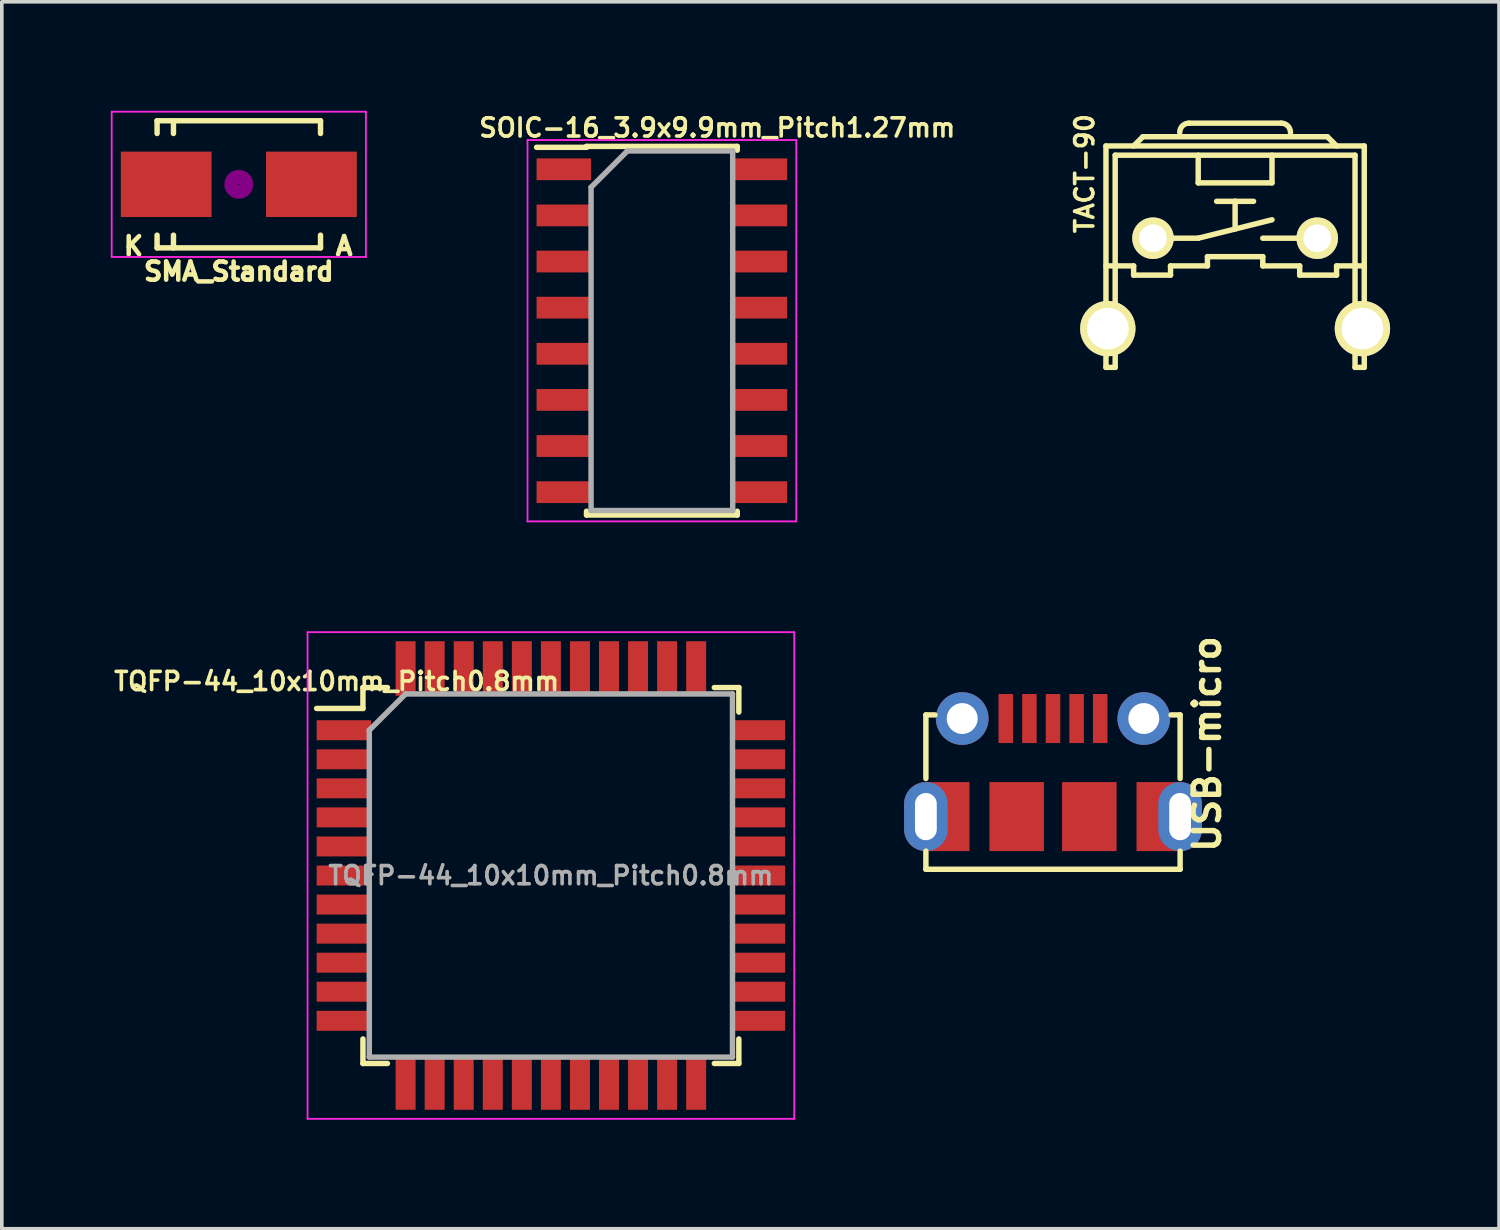
<source format=kicad_pcb>
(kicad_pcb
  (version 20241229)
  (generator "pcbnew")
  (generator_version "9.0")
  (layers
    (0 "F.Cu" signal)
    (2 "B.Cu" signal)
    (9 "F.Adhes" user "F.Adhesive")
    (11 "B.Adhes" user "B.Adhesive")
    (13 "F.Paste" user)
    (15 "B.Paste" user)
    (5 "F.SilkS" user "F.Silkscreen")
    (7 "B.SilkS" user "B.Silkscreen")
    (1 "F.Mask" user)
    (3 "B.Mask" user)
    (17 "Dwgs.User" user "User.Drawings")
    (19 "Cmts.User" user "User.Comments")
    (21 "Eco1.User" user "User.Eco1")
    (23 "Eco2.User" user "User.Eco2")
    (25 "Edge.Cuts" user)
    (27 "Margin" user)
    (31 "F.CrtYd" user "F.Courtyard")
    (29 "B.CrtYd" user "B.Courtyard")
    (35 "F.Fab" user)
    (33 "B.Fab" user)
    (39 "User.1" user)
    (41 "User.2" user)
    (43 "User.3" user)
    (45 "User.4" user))
  (footprint "TQFP-44_10x10mm_Pitch0.8mm"
    (layer "F.Cu")
    (at 12.118 21.056)
    (property "Reference" "TQFP-44_10x10mm_Pitch0.8mm" (at -5.899 -5.346 0) (layer "F.SilkS") (effects (font (size 0.5 0.5) (thickness 0.1))))
    (attr smd)
    (fp_line (start -5.175 -5.175) (end -5.175 -4.6) (stroke (width 0.15) (type solid)) (layer "F.SilkS"))
    (fp_line (start -5.175 -5.175) (end -4.5 -5.175) (stroke (width 0.15) (type solid)) (layer "F.SilkS"))
    (fp_line (start -5.175 -4.6) (end -6.45 -4.6) (stroke (width 0.15) (type solid)) (layer "F.SilkS"))
    (fp_line (start -5.175 5.175) (end -5.175 4.5) (stroke (width 0.15) (type solid)) (layer "F.SilkS"))
    (fp_line (start -5.175 5.175) (end -4.5 5.175) (stroke (width 0.15) (type solid)) (layer "F.SilkS"))
    (fp_line (start 5.175 -5.175) (end 4.5 -5.175) (stroke (width 0.15) (type solid)) (layer "F.SilkS"))
    (fp_line (start 5.175 -5.175) (end 5.175 -4.5) (stroke (width 0.15) (type solid)) (layer "F.SilkS"))
    (fp_line (start 5.175 5.175) (end 4.5 5.175) (stroke (width 0.15) (type solid)) (layer "F.SilkS"))
    (fp_line (start 5.175 5.175) (end 5.175 4.5) (stroke (width 0.15) (type solid)) (layer "F.SilkS"))
    (fp_line (start -6.7 -6.7) (end -6.7 6.7) (stroke (width 0.05) (type solid)) (layer "F.CrtYd"))
    (fp_line (start -6.7 -6.7) (end 6.7 -6.7) (stroke (width 0.05) (type solid)) (layer "F.CrtYd"))
    (fp_line (start -6.7 6.7) (end 6.7 6.7) (stroke (width 0.05) (type solid)) (layer "F.CrtYd"))
    (fp_line (start 6.7 -6.7) (end 6.7 6.7) (stroke (width 0.05) (type solid)) (layer "F.CrtYd"))
    (fp_line (start -5 -4) (end -4 -5) (stroke (width 0.15) (type solid)) (layer "F.Fab"))
    (fp_line (start -5 5) (end -5 -4) (stroke (width 0.15) (type solid)) (layer "F.Fab"))
    (fp_line (start -4 -5) (end 5 -5) (stroke (width 0.15) (type solid)) (layer "F.Fab"))
    (fp_line (start 5 -5) (end 5 5) (stroke (width 0.15) (type solid)) (layer "F.Fab"))
    (fp_line (start 5 5) (end -5 5) (stroke (width 0.15) (type solid)) (layer "F.Fab"))
    (fp_text user "${REFERENCE}" (at 0 0 0) (layer "F.Fab") (effects (font (size 0.5 0.5) (thickness 0.1))))
    (pad "1" smd rect (at -5.7 -4) (size 1.5 0.55) (layers "F.Cu" "F.Mask" "F.Paste"))
    (pad "2" smd rect (at -5.7 -3.2) (size 1.5 0.55) (layers "F.Cu" "F.Mask" "F.Paste"))
    (pad "3" smd rect (at -5.7 -2.4) (size 1.5 0.55) (layers "F.Cu" "F.Mask" "F.Paste"))
    (pad "4" smd rect (at -5.7 -1.6) (size 1.5 0.55) (layers "F.Cu" "F.Mask" "F.Paste"))
    (pad "5" smd rect (at -5.7 -0.8) (size 1.5 0.55) (layers "F.Cu" "F.Mask" "F.Paste"))
    (pad "6" smd rect (at -5.7 0) (size 1.5 0.55) (layers "F.Cu" "F.Mask" "F.Paste"))
    (pad "7" smd rect (at -5.7 0.8) (size 1.5 0.55) (layers "F.Cu" "F.Mask" "F.Paste"))
    (pad "8" smd rect (at -5.7 1.6) (size 1.5 0.55) (layers "F.Cu" "F.Mask" "F.Paste"))
    (pad "9" smd rect (at -5.7 2.4) (size 1.5 0.55) (layers "F.Cu" "F.Mask" "F.Paste"))
    (pad "10" smd rect (at -5.7 3.2) (size 1.5 0.55) (layers "F.Cu" "F.Mask" "F.Paste"))
    (pad "11" smd rect (at -5.7 4) (size 1.5 0.55) (layers "F.Cu" "F.Mask" "F.Paste"))
    (pad "12" smd rect (at -4 5.7 90) (size 1.5 0.55) (layers "F.Cu" "F.Mask" "F.Paste"))
    (pad "13" smd rect (at -3.2 5.7 90) (size 1.5 0.55) (layers "F.Cu" "F.Mask" "F.Paste"))
    (pad "14" smd rect (at -2.4 5.7 90) (size 1.5 0.55) (layers "F.Cu" "F.Mask" "F.Paste"))
    (pad "15" smd rect (at -1.6 5.7 90) (size 1.5 0.55) (layers "F.Cu" "F.Mask" "F.Paste"))
    (pad "16" smd rect (at -0.8 5.7 90) (size 1.5 0.55) (layers "F.Cu" "F.Mask" "F.Paste"))
    (pad "17" smd rect (at 0 5.7 90) (size 1.5 0.55) (layers "F.Cu" "F.Mask" "F.Paste"))
    (pad "18" smd rect (at 0.8 5.7 90) (size 1.5 0.55) (layers "F.Cu" "F.Mask" "F.Paste"))
    (pad "19" smd rect (at 1.6 5.7 90) (size 1.5 0.55) (layers "F.Cu" "F.Mask" "F.Paste"))
    (pad "20" smd rect (at 2.4 5.7 90) (size 1.5 0.55) (layers "F.Cu" "F.Mask" "F.Paste"))
    (pad "21" smd rect (at 3.2 5.7 90) (size 1.5 0.55) (layers "F.Cu" "F.Mask" "F.Paste"))
    (pad "22" smd rect (at 4 5.7 90) (size 1.5 0.55) (layers "F.Cu" "F.Mask" "F.Paste"))
    (pad "23" smd rect (at 5.7 4) (size 1.5 0.55) (layers "F.Cu" "F.Mask" "F.Paste"))
    (pad "24" smd rect (at 5.7 3.2) (size 1.5 0.55) (layers "F.Cu" "F.Mask" "F.Paste"))
    (pad "25" smd rect (at 5.7 2.4) (size 1.5 0.55) (layers "F.Cu" "F.Mask" "F.Paste"))
    (pad "26" smd rect (at 5.7 1.6) (size 1.5 0.55) (layers "F.Cu" "F.Mask" "F.Paste"))
    (pad "27" smd rect (at 5.7 0.8) (size 1.5 0.55) (layers "F.Cu" "F.Mask" "F.Paste"))
    (pad "28" smd rect (at 5.7 0) (size 1.5 0.55) (layers "F.Cu" "F.Mask" "F.Paste"))
    (pad "29" smd rect (at 5.7 -0.8) (size 1.5 0.55) (layers "F.Cu" "F.Mask" "F.Paste"))
    (pad "30" smd rect (at 5.7 -1.6) (size 1.5 0.55) (layers "F.Cu" "F.Mask" "F.Paste"))
    (pad "31" smd rect (at 5.7 -2.4) (size 1.5 0.55) (layers "F.Cu" "F.Mask" "F.Paste"))
    (pad "32" smd rect (at 5.7 -3.2) (size 1.5 0.55) (layers "F.Cu" "F.Mask" "F.Paste"))
    (pad "33" smd rect (at 5.7 -4) (size 1.5 0.55) (layers "F.Cu" "F.Mask" "F.Paste"))
    (pad "34" smd rect (at 4 -5.7 90) (size 1.5 0.55) (layers "F.Cu" "F.Mask" "F.Paste"))
    (pad "35" smd rect (at 3.2 -5.7 90) (size 1.5 0.55) (layers "F.Cu" "F.Mask" "F.Paste"))
    (pad "36" smd rect (at 2.4 -5.7 90) (size 1.5 0.55) (layers "F.Cu" "F.Mask" "F.Paste"))
    (pad "37" smd rect (at 1.6 -5.7 90) (size 1.5 0.55) (layers "F.Cu" "F.Mask" "F.Paste"))
    (pad "38" smd rect (at 0.8 -5.7 90) (size 1.5 0.55) (layers "F.Cu" "F.Mask" "F.Paste"))
    (pad "39" smd rect (at 0 -5.7 90) (size 1.5 0.55) (layers "F.Cu" "F.Mask" "F.Paste"))
    (pad "40" smd rect (at -0.8 -5.7 90) (size 1.5 0.55) (layers "F.Cu" "F.Mask" "F.Paste"))
    (pad "41" smd rect (at -1.6 -5.7 90) (size 1.5 0.55) (layers "F.Cu" "F.Mask" "F.Paste"))
    (pad "42" smd rect (at -2.4 -5.7 90) (size 1.5 0.55) (layers "F.Cu" "F.Mask" "F.Paste"))
    (pad "43" smd rect (at -3.2 -5.7 90) (size 1.5 0.55) (layers "F.Cu" "F.Mask" "F.Paste"))
    (pad "44" smd rect (at -4 -5.7 90) (size 1.5 0.55) (layers "F.Cu" "F.Mask" "F.Paste")))
  (footprint "USB-micro"
    (layer "F.Cu")
    (at 25.943 20.884)
    (property "Reference" "USB-micro" (at 4.243 -3.448 270) (layer "F.SilkS") (effects (font (size 0.7 0.7) (thickness 0.15))))
    (attr through_hole)
    (fp_line (start -3.5 -4.25) (end -3.25 -4.25) (stroke (width 0.15) (type solid)) (layer "F.SilkS"))
    (fp_line (start -3.5 -2.5) (end -3.5 -4.25) (stroke (width 0.15) (type solid)) (layer "F.SilkS"))
    (fp_line (start -3.5 -0.5) (end -3.5 0) (stroke (width 0.15) (type solid)) (layer "F.SilkS"))
    (fp_line (start -3.5 0) (end 3.5 0) (stroke (width 0.15) (type solid)) (layer "F.SilkS"))
    (fp_line (start 3.5 -4.25) (end 3.25 -4.25) (stroke (width 0.15) (type solid)) (layer "F.SilkS"))
    (fp_line (start 3.5 -2.5) (end 3.5 -4.25) (stroke (width 0.15) (type solid)) (layer "F.SilkS"))
    (fp_line (start 3.5 0) (end 3.5 -0.5) (stroke (width 0.15) (type solid)) (layer "F.SilkS"))
    (pad "1" smd rect (at -1.3 -4.15) (size 0.4 1.35) (layers "F.Cu" "F.Mask" "F.Paste"))
    (pad "2" smd rect (at -0.65 -4.15) (size 0.4 1.35) (layers "F.Cu" "F.Mask" "F.Paste"))
    (pad "3" smd rect (at 0 -4.15) (size 0.4 1.35) (layers "F.Cu" "F.Mask" "F.Paste"))
    (pad "4" smd rect (at 0.65 -4.15) (size 0.4 1.35) (layers "F.Cu" "F.Mask" "F.Paste"))
    (pad "5" smd rect (at 1.3 -4.15) (size 0.4 1.35) (layers "F.Cu" "F.Mask" "F.Paste"))
    (pad "6" thru_hole oval (at -3.5 -1.45) (size 1.2 1.9) (drill oval 0.6 1.3) (layers "*.Cu" "*.Mask"))
    (pad "6" smd rect (at -2.9 -1.45) (size 1.2 1.9) (layers "F.Cu" "F.Mask"))
    (pad "6" thru_hole circle (at -2.5 -4.15) (size 1.45 1.45) (drill 0.85) (layers "*.Cu" "*.Mask"))
    (pad "6" smd rect (at -1 -1.45) (size 1.5 1.9) (layers "F.Cu" "F.Mask" "F.Paste"))
    (pad "6" smd rect (at 1 -1.45) (size 1.5 1.9) (layers "F.Cu" "F.Mask" "F.Paste"))
    (pad "6" thru_hole circle (at 2.5 -4.15) (size 1.45 1.45) (drill 0.85) (layers "*.Cu" "*.Mask"))
    (pad "6" smd rect (at 2.9 -1.45) (size 1.2 1.9) (layers "F.Cu" "F.Mask"))
    (pad "6" thru_hole oval (at 3.5 -1.45) (size 1.2 1.9) (drill oval 0.6 1.3) (layers "*.Cu" "*.Mask")))
  (footprint "TACT-90"
    (layer "F.Cu")
    (at 30.957 3.509)
    (property "Reference" "TACT-90" (at -4.144 -1.778 90) (layer "F.SilkS") (effects (font (size 0.5 0.5) (thickness 0.1))))
    (attr through_hole)
    (fp_line (start -3.556 -2.54) (end 3.556 -2.54) (stroke (width 0.15) (type solid)) (layer "F.SilkS"))
    (fp_line (start -3.556 0.762) (end -2.794 0.762) (stroke (width 0.15) (type solid)) (layer "F.SilkS"))
    (fp_line (start -3.556 3.556) (end -3.556 -2.54) (stroke (width 0.15) (type solid)) (layer "F.SilkS"))
    (fp_line (start -3.556 3.556) (end -3.302 3.556) (stroke (width 0.15) (type solid)) (layer "F.SilkS"))
    (fp_line (start -3.302 -2.286) (end 3.302 -2.286) (stroke (width 0.15) (type solid)) (layer "F.SilkS"))
    (fp_line (start -3.302 3.556) (end -3.302 -2.286) (stroke (width 0.15) (type solid)) (layer "F.SilkS"))
    (fp_line (start -2.794 -2.54) (end -2.54 -2.794) (stroke (width 0.15) (type solid)) (layer "F.SilkS"))
    (fp_line (start -2.794 0.762) (end -2.794 1.016) (stroke (width 0.15) (type solid)) (layer "F.SilkS"))
    (fp_line (start -2.794 1.016) (end -1.778 1.016) (stroke (width 0.15) (type solid)) (layer "F.SilkS"))
    (fp_line (start -2.54 -2.794) (end 2.54 -2.794) (stroke (width 0.15) (type solid)) (layer "F.SilkS"))
    (fp_line (start -1.778 0) (end -1.016 0) (stroke (width 0.15) (type solid)) (layer "F.SilkS"))
    (fp_line (start -1.778 0.762) (end -0.762 0.762) (stroke (width 0.15) (type solid)) (layer "F.SilkS"))
    (fp_line (start -1.778 1.016) (end -1.778 0.762) (stroke (width 0.15) (type solid)) (layer "F.SilkS"))
    (fp_line (start -1.27 -3.168) (end 1.27 -3.168) (stroke (width 0.15) (type solid)) (layer "F.SilkS"))
    (fp_line (start -1.016 -2.286) (end -1.016 -1.524) (stroke (width 0.15) (type solid)) (layer "F.SilkS"))
    (fp_line (start -1.016 -1.524) (end 1.016 -1.524) (stroke (width 0.15) (type solid)) (layer "F.SilkS"))
    (fp_line (start -1.016 0) (end 1.016 -0.508) (stroke (width 0.15) (type solid)) (layer "F.SilkS"))
    (fp_line (start -0.762 0.508) (end 0.762 0.508) (stroke (width 0.15) (type solid)) (layer "F.SilkS"))
    (fp_line (start -0.762 0.762) (end -0.762 0.508) (stroke (width 0.15) (type solid)) (layer "F.SilkS"))
    (fp_line (start 0 -1.016) (end -0.508 -1.016) (stroke (width 0.15) (type solid)) (layer "F.SilkS"))
    (fp_line (start 0 -1.016) (end 0.508 -1.016) (stroke (width 0.15) (type solid)) (layer "F.SilkS"))
    (fp_line (start 0 -0.254) (end 0 -1.016) (stroke (width 0.15) (type solid)) (layer "F.SilkS"))
    (fp_line (start 0.762 0) (end 1.778 0) (stroke (width 0.15) (type solid)) (layer "F.SilkS"))
    (fp_line (start 0.762 0.508) (end 0.762 0.762) (stroke (width 0.15) (type solid)) (layer "F.SilkS"))
    (fp_line (start 0.762 0.762) (end 1.778 0.762) (stroke (width 0.15) (type solid)) (layer "F.SilkS"))
    (fp_line (start 1.016 -1.524) (end 1.016 -2.286) (stroke (width 0.15) (type solid)) (layer "F.SilkS"))
    (fp_line (start 1.778 0.762) (end 1.778 1.016) (stroke (width 0.15) (type solid)) (layer "F.SilkS"))
    (fp_line (start 1.778 1.016) (end 2.794 1.016) (stroke (width 0.15) (type solid)) (layer "F.SilkS"))
    (fp_line (start 2.54 -2.794) (end 2.794 -2.54) (stroke (width 0.15) (type solid)) (layer "F.SilkS"))
    (fp_line (start 2.794 0.762) (end 3.556 0.762) (stroke (width 0.15) (type solid)) (layer "F.SilkS"))
    (fp_line (start 2.794 1.016) (end 2.794 0.762) (stroke (width 0.15) (type solid)) (layer "F.SilkS"))
    (fp_line (start 3.302 -2.286) (end 3.302 3.556) (stroke (width 0.15) (type solid)) (layer "F.SilkS"))
    (fp_line (start 3.302 3.556) (end 3.556 3.556) (stroke (width 0.15) (type solid)) (layer "F.SilkS"))
    (fp_line (start 3.556 -2.54) (end 3.556 3.556) (stroke (width 0.15) (type solid)) (layer "F.SilkS"))
    (fp_arc (start -1.524 -2.914) (mid -1.449605 -3.093605) (end -1.27 -3.168) (stroke (width 0.15) (type solid)) (layer "F.SilkS"))
    (fp_arc (start 1.27 -3.168) (mid 1.449605 -3.093605) (end 1.524 -2.914) (stroke (width 0.15) (type solid)) (layer "F.SilkS"))
    (pad "1" thru_hole circle (at -2.261 0) (size 1.143 1.143) (drill 0.762) (layers "*.Cu" "*.Mask" "F.SilkS"))
    (pad "2" thru_hole circle (at 2.261 0) (size 1.143 1.143) (drill 0.762) (layers "*.Cu" "*.Mask" "F.SilkS"))
    (pad "3" thru_hole circle (at -3.505 2.489) (size 1.524 1.524) (drill 1.143) (layers "*.Cu" "*.Mask" "F.SilkS"))
    (pad "4" thru_hole circle (at 3.505 2.489) (size 1.524 1.524) (drill 1.143) (layers "*.Cu" "*.Mask" "F.SilkS")))
  (footprint "SOIC-16_3.9x9.9mm_Pitch1.27mm"
    (layer "F.Cu")
    (at 15.174 6.056)
    (property "Reference" "SOIC-16_3.9x9.9mm_Pitch1.27mm" (at 1.524 -5.588 0) (layer "F.SilkS") (effects (font (size 0.5 0.5) (thickness 0.1))))
    (attr smd)
    (fp_line (start -2.075 -5.075) (end -2.075 -5.05) (stroke (width 0.15) (type solid)) (layer "F.SilkS"))
    (fp_line (start -2.075 -5.075) (end 2.075 -5.075) (stroke (width 0.15) (type solid)) (layer "F.SilkS"))
    (fp_line (start -2.075 -5.05) (end -3.45 -5.05) (stroke (width 0.15) (type solid)) (layer "F.SilkS"))
    (fp_line (start -2.075 5.075) (end -2.075 4.97) (stroke (width 0.15) (type solid)) (layer "F.SilkS"))
    (fp_line (start -2.075 5.075) (end 2.075 5.075) (stroke (width 0.15) (type solid)) (layer "F.SilkS"))
    (fp_line (start 2.075 -5.075) (end 2.075 -4.97) (stroke (width 0.15) (type solid)) (layer "F.SilkS"))
    (fp_line (start 2.075 5.075) (end 2.075 4.97) (stroke (width 0.15) (type solid)) (layer "F.SilkS"))
    (fp_line (start -3.7 -5.25) (end -3.7 5.25) (stroke (width 0.05) (type solid)) (layer "F.CrtYd"))
    (fp_line (start -3.7 -5.25) (end 3.7 -5.25) (stroke (width 0.05) (type solid)) (layer "F.CrtYd"))
    (fp_line (start -3.7 5.25) (end 3.7 5.25) (stroke (width 0.05) (type solid)) (layer "F.CrtYd"))
    (fp_line (start 3.7 -5.25) (end 3.7 5.25) (stroke (width 0.05) (type solid)) (layer "F.CrtYd"))
    (fp_line (start -1.95 -3.95) (end -0.95 -4.95) (stroke (width 0.15) (type solid)) (layer "F.Fab"))
    (fp_line (start -1.95 4.95) (end -1.95 -3.95) (stroke (width 0.15) (type solid)) (layer "F.Fab"))
    (fp_line (start -0.95 -4.95) (end 1.95 -4.95) (stroke (width 0.15) (type solid)) (layer "F.Fab"))
    (fp_line (start 1.95 -4.95) (end 1.95 4.95) (stroke (width 0.15) (type solid)) (layer "F.Fab"))
    (fp_line (start 1.95 4.95) (end -1.95 4.95) (stroke (width 0.15) (type solid)) (layer "F.Fab"))
    (pad "1" smd rect (at -2.7 -4.445) (size 1.5 0.6) (layers "F.Cu" "F.Mask" "F.Paste"))
    (pad "2" smd rect (at -2.7 -3.175) (size 1.5 0.6) (layers "F.Cu" "F.Mask" "F.Paste"))
    (pad "3" smd rect (at -2.7 -1.905) (size 1.5 0.6) (layers "F.Cu" "F.Mask" "F.Paste"))
    (pad "4" smd rect (at -2.7 -0.635) (size 1.5 0.6) (layers "F.Cu" "F.Mask" "F.Paste"))
    (pad "5" smd rect (at -2.7 0.635) (size 1.5 0.6) (layers "F.Cu" "F.Mask" "F.Paste"))
    (pad "6" smd rect (at -2.7 1.905) (size 1.5 0.6) (layers "F.Cu" "F.Mask" "F.Paste"))
    (pad "7" smd rect (at -2.7 3.175) (size 1.5 0.6) (layers "F.Cu" "F.Mask" "F.Paste"))
    (pad "8" smd rect (at -2.7 4.445) (size 1.5 0.6) (layers "F.Cu" "F.Mask" "F.Paste"))
    (pad "9" smd rect (at 2.7 4.445) (size 1.5 0.6) (layers "F.Cu" "F.Mask" "F.Paste"))
    (pad "10" smd rect (at 2.7 3.175) (size 1.5 0.6) (layers "F.Cu" "F.Mask" "F.Paste"))
    (pad "11" smd rect (at 2.7 1.905) (size 1.5 0.6) (layers "F.Cu" "F.Mask" "F.Paste"))
    (pad "12" smd rect (at 2.7 0.635) (size 1.5 0.6) (layers "F.Cu" "F.Mask" "F.Paste"))
    (pad "13" smd rect (at 2.7 -0.635) (size 1.5 0.6) (layers "F.Cu" "F.Mask" "F.Paste"))
    (pad "14" smd rect (at 2.7 -1.905) (size 1.5 0.6) (layers "F.Cu" "F.Mask" "F.Paste"))
    (pad "15" smd rect (at 2.7 -3.175) (size 1.5 0.6) (layers "F.Cu" "F.Mask" "F.Paste"))
    (pad "16" smd rect (at 2.7 -4.445) (size 1.5 0.6) (layers "F.Cu" "F.Mask" "F.Paste")))
  (footprint "SMA_Standard"
    (layer "F.Cu")
    (at 3.525 2.025)
    (property "Reference" "SMA_Standard" (at 0 2.4 0) (layer "F.SilkS") (effects (font (size 0.5 0.5) (thickness 0.125))))
    (attr smd)
    (fp_line (start -2.25 -1.75) (end -2.25 -1.4) (stroke (width 0.15) (type solid)) (layer "F.SilkS"))
    (fp_line (start -2.25 -1.75) (end 2.25 -1.75) (stroke (width 0.15) (type solid)) (layer "F.SilkS"))
    (fp_line (start -2.25 1.75) (end -2.25 1.4) (stroke (width 0.15) (type solid)) (layer "F.SilkS"))
    (fp_line (start -2.25 1.75) (end 2.25 1.75) (stroke (width 0.15) (type solid)) (layer "F.SilkS"))
    (fp_line (start -1.799 -1.75) (end -1.799 -1.4) (stroke (width 0.15) (type solid)) (layer "F.SilkS"))
    (fp_line (start -1.799 1.75) (end -1.799 1.4) (stroke (width 0.15) (type solid)) (layer "F.SilkS"))
    (fp_line (start 2.25 -1.75) (end 2.25 -1.4) (stroke (width 0.15) (type solid)) (layer "F.SilkS"))
    (fp_line (start 2.25 1.75) (end 2.25 1.4) (stroke (width 0.15) (type solid)) (layer "F.SilkS"))
    (fp_circle (center 0 0) (end 0.201 -0.051) (stroke (width 0.381) (type solid)) (fill no) (layer "F.Adhes"))
    (fp_line (start -3.5 -2) (end 3.5 -2) (stroke (width 0.05) (type solid)) (layer "F.CrtYd"))
    (fp_line (start -3.5 2) (end -3.5 -2) (stroke (width 0.05) (type solid)) (layer "F.CrtYd"))
    (fp_line (start 3.5 -2) (end 3.5 2) (stroke (width 0.05) (type solid)) (layer "F.CrtYd"))
    (fp_line (start 3.5 2) (end -3.5 2) (stroke (width 0.05) (type solid)) (layer "F.CrtYd"))
    (fp_text user "A" (at 2.9 1.7 0) (layer "F.SilkS") (effects (font (size 0.5 0.5) (thickness 0.125))))
    (fp_text user "K" (at -2.9 1.7 0) (layer "F.SilkS") (effects (font (size 0.5 0.5) (thickness 0.125))))
    (pad "1" smd rect (at -1.999 0) (size 2.499 1.801) (layers "F.Cu" "F.Mask" "F.Paste"))
    (pad "2" smd rect (at 1.999 0) (size 2.499 1.801) (layers "F.Cu" "F.Mask" "F.Paste")))
  (gr_rect
    (start -3 -3)
    (end 38.224 30.781)
    (stroke (width 0.1) (type default))
    (fill no)
    (layer "Edge.Cuts")))
</source>
